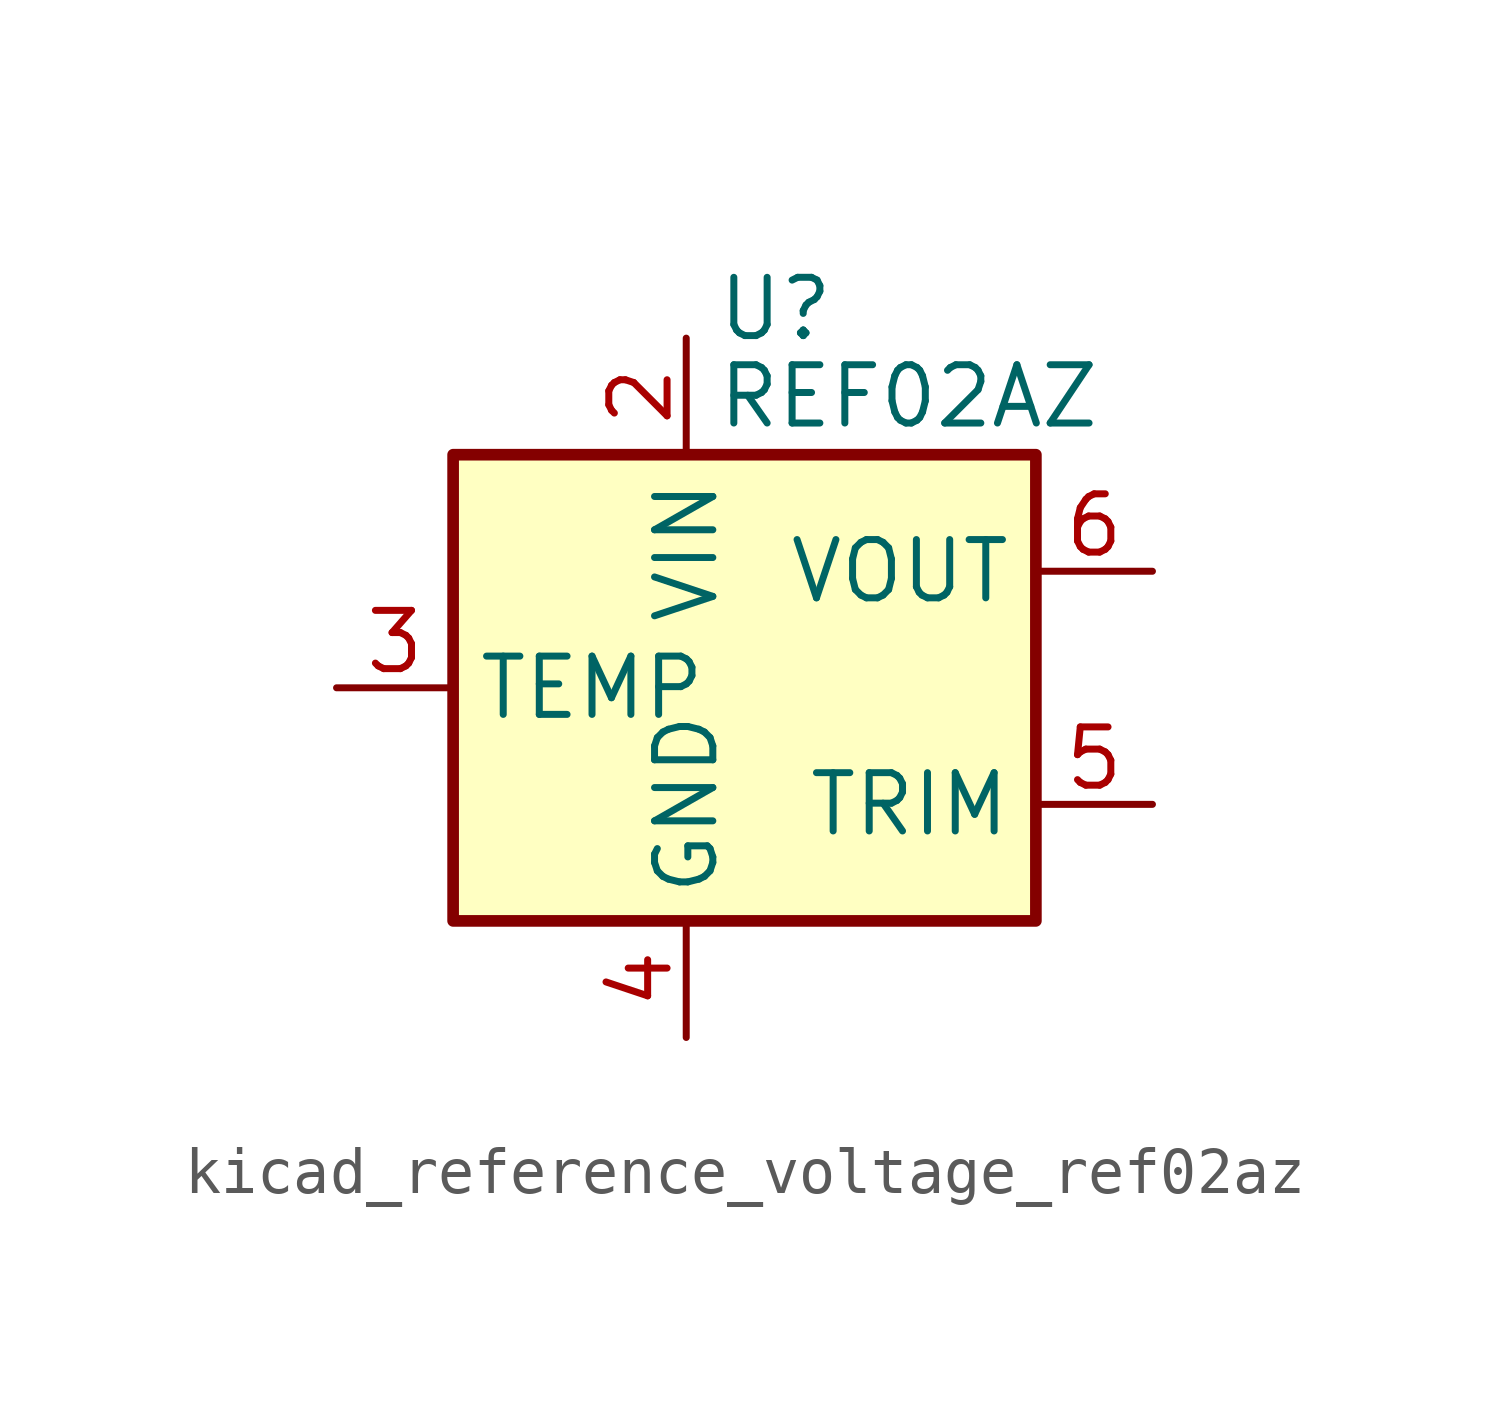
<source format=kicad_sym>
(kicad_symbol_lib
  (version 20220914)
  (generator kicad_symbol_editor)
  (symbol "kicad_reference_voltage_ref02az"
    (property "Reference" "U"
      (at 0.635 8.255 0)
      (effects (font (size 1.27 1.27)) (justify left)))
    (property "Value" "REF02AZ"
      (at 0.635 6.35 0)
      (effects (font (size 1.27 1.27)) (justify left)))
    (symbol "kicad_reference_voltage_ref02az_0_1"
      (rectangle (start -5.08 5.08) (end 7.62 -5.08) (stroke (width 0.254) (type default)) (fill (type background))))
    (symbol "kicad_reference_voltage_ref02az_1_1"
      (pin no_connect line (at 2.54 -5.08 90) (length 2.54) hide (name "NC" (effects (font (size 1.27 1.27)))) (number "1" (effects (font (size 1.27 1.27)))))
      (pin power_in line (at 0 7.62 270) (length 2.54) (name "VIN" (effects (font (size 1.27 1.27)))) (number "2" (effects (font (size 1.27 1.27)))))
      (pin passive line (at -7.62 0 0) (length 2.54) (name "TEMP" (effects (font (size 1.27 1.27)))) (number "3" (effects (font (size 1.27 1.27)))))
      (pin power_in line (at 0 -7.62 90) (length 2.54) (name "GND" (effects (font (size 1.27 1.27)))) (number "4" (effects (font (size 1.27 1.27)))))
      (pin passive line (at 10.16 -2.54 180) (length 2.54) (name "TRIM" (effects (font (size 1.27 1.27)))) (number "5" (effects (font (size 1.27 1.27)))))
      (pin power_out line (at 10.16 2.54 180) (length 2.54) (name "VOUT" (effects (font (size 1.27 1.27)))) (number "6" (effects (font (size 1.27 1.27)))))
      (pin no_connect line (at -2.54 -5.08 90) (length 2.54) hide (name "NC" (effects (font (size 1.27 1.27)))) (number "7" (effects (font (size 1.27 1.27)))))
      (pin no_connect line (at 7.62 0 180) (length 2.54) hide (name "NC" (effects (font (size 1.27 1.27)))) (number "8" (effects (font (size 1.27 1.27))))))))
</source>
